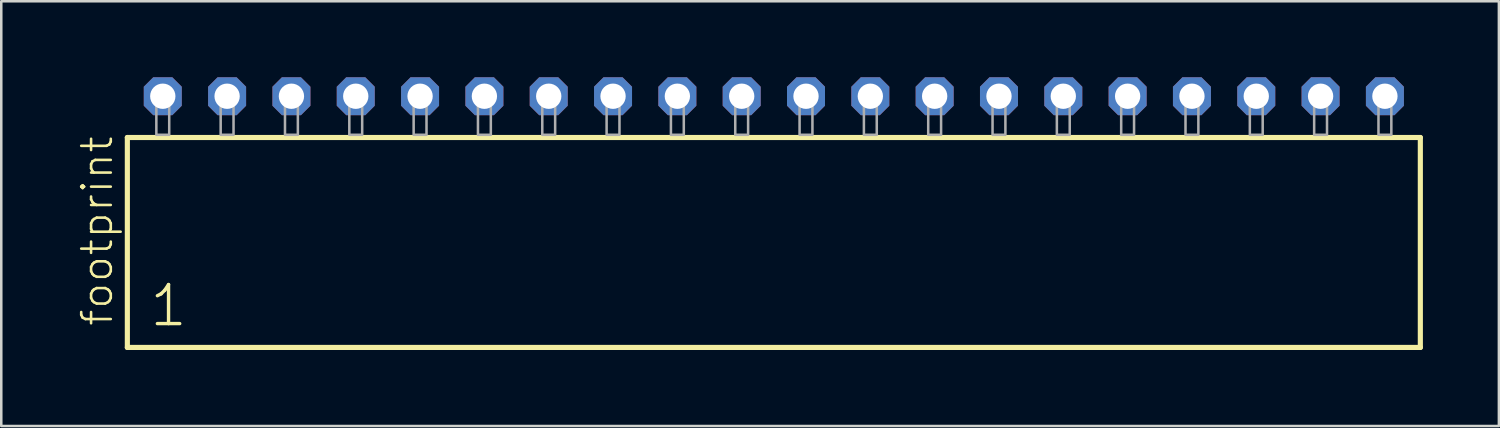
<source format=kicad_pcb>
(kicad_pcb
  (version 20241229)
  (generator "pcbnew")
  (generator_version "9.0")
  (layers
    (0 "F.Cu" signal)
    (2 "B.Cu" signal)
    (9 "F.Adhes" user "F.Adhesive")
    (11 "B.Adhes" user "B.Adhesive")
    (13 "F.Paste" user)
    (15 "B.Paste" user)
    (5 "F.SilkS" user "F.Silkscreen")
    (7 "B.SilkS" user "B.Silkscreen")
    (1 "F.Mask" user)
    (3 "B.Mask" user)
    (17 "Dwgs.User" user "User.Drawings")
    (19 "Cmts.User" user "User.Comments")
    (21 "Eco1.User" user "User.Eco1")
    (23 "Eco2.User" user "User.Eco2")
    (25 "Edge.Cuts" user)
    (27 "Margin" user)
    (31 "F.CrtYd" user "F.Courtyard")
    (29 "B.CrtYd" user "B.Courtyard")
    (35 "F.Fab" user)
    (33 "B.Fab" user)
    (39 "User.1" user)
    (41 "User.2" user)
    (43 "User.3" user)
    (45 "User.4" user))
  (footprint "footprint"
    (layer "F.Cu")
    (at 27.508 2.274)
    (property "Reference" "footprint" (at -26.035 7.62 90) (layer "F.SilkS") (effects (font (size 1.168 1.168) (thickness 0.102)) (justify left bottom)))
    (fp_line (start -25.529 0.106) (end -25.529 8.396) (stroke (width 0.203) (type solid)) (layer "F.SilkS"))
    (fp_line (start -25.529 8.396) (end 25.529 8.396) (stroke (width 0.203) (type solid)) (layer "F.SilkS"))
    (fp_line (start 25.529 0.106) (end -25.529 0.106) (stroke (width 0.203) (type solid)) (layer "F.SilkS"))
    (fp_line (start 25.529 8.396) (end 25.529 0.106) (stroke (width 0.203) (type solid)) (layer "F.SilkS"))
    (fp_poly (pts (xy -24.384 0) (xy -23.876 0) (xy -23.876 -1.778) (xy -24.384 -1.778)) (stroke (width 0.1) (type solid)) (fill no) (layer "F.Fab"))
    (fp_poly (pts (xy -21.844 0) (xy -21.336 0) (xy -21.336 -1.778) (xy -21.844 -1.778)) (stroke (width 0.1) (type solid)) (fill no) (layer "F.Fab"))
    (fp_poly (pts (xy -19.304 0) (xy -18.796 0) (xy -18.796 -1.778) (xy -19.304 -1.778)) (stroke (width 0.1) (type solid)) (fill no) (layer "F.Fab"))
    (fp_poly (pts (xy -16.764 0) (xy -16.256 0) (xy -16.256 -1.778) (xy -16.764 -1.778)) (stroke (width 0.1) (type solid)) (fill no) (layer "F.Fab"))
    (fp_poly (pts (xy -14.224 0) (xy -13.716 0) (xy -13.716 -1.778) (xy -14.224 -1.778)) (stroke (width 0.1) (type solid)) (fill no) (layer "F.Fab"))
    (fp_poly (pts (xy -11.684 0) (xy -11.176 0) (xy -11.176 -1.778) (xy -11.684 -1.778)) (stroke (width 0.1) (type solid)) (fill no) (layer "F.Fab"))
    (fp_poly (pts (xy -9.144 0) (xy -8.636 0) (xy -8.636 -1.778) (xy -9.144 -1.778)) (stroke (width 0.1) (type solid)) (fill no) (layer "F.Fab"))
    (fp_poly (pts (xy -6.604 0) (xy -6.096 0) (xy -6.096 -1.778) (xy -6.604 -1.778)) (stroke (width 0.1) (type solid)) (fill no) (layer "F.Fab"))
    (fp_poly (pts (xy -4.064 0) (xy -3.556 0) (xy -3.556 -1.778) (xy -4.064 -1.778)) (stroke (width 0.1) (type solid)) (fill no) (layer "F.Fab"))
    (fp_poly (pts (xy -1.524 0) (xy -1.016 0) (xy -1.016 -1.778) (xy -1.524 -1.778)) (stroke (width 0.1) (type solid)) (fill no) (layer "F.Fab"))
    (fp_poly (pts (xy 1.016 0) (xy 1.524 0) (xy 1.524 -1.778) (xy 1.016 -1.778)) (stroke (width 0.1) (type solid)) (fill no) (layer "F.Fab"))
    (fp_poly (pts (xy 3.556 0) (xy 4.064 0) (xy 4.064 -1.778) (xy 3.556 -1.778)) (stroke (width 0.1) (type solid)) (fill no) (layer "F.Fab"))
    (fp_poly (pts (xy 6.096 0) (xy 6.604 0) (xy 6.604 -1.778) (xy 6.096 -1.778)) (stroke (width 0.1) (type solid)) (fill no) (layer "F.Fab"))
    (fp_poly (pts (xy 8.636 0) (xy 9.144 0) (xy 9.144 -1.778) (xy 8.636 -1.778)) (stroke (width 0.1) (type solid)) (fill no) (layer "F.Fab"))
    (fp_poly (pts (xy 11.176 0) (xy 11.684 0) (xy 11.684 -1.778) (xy 11.176 -1.778)) (stroke (width 0.1) (type solid)) (fill no) (layer "F.Fab"))
    (fp_poly (pts (xy 13.716 0) (xy 14.224 0) (xy 14.224 -1.778) (xy 13.716 -1.778)) (stroke (width 0.1) (type solid)) (fill no) (layer "F.Fab"))
    (fp_poly (pts (xy 16.256 0) (xy 16.764 0) (xy 16.764 -1.778) (xy 16.256 -1.778)) (stroke (width 0.1) (type solid)) (fill no) (layer "F.Fab"))
    (fp_poly (pts (xy 18.796 0) (xy 19.304 0) (xy 19.304 -1.778) (xy 18.796 -1.778)) (stroke (width 0.1) (type solid)) (fill no) (layer "F.Fab"))
    (fp_poly (pts (xy 21.336 0) (xy 21.844 0) (xy 21.844 -1.778) (xy 21.336 -1.778)) (stroke (width 0.1) (type solid)) (fill no) (layer "F.Fab"))
    (fp_poly (pts (xy 23.876 0) (xy 24.384 0) (xy 24.384 -1.778) (xy 23.876 -1.778)) (stroke (width 0.1) (type solid)) (fill no) (layer "F.Fab"))
    (fp_text user "1" (at -24.725 7.65 0) (layer "F.SilkS") (effects (font (size 1.542 1.542) (thickness 0.134)) (justify left bottom)))
    (pad "1" thru_hole roundrect (at -24.13 -1.524) (size 1.5 1.5) (drill 1) (layers "*.Cu" "*.Mask") (roundrect_rratio 0.25) (chamfer_ratio 0.25) (chamfer top_left top_right bottom_left bottom_right))
    (pad "2" thru_hole roundrect (at -21.59 -1.524) (size 1.5 1.5) (drill 1) (layers "*.Cu" "*.Mask") (roundrect_rratio 0.25) (chamfer_ratio 0.25) (chamfer top_left top_right bottom_left bottom_right))
    (pad "3" thru_hole roundrect (at -19.05 -1.524) (size 1.5 1.5) (drill 1) (layers "*.Cu" "*.Mask") (roundrect_rratio 0.25) (chamfer_ratio 0.25) (chamfer top_left top_right bottom_left bottom_right))
    (pad "4" thru_hole roundrect (at -16.51 -1.524) (size 1.5 1.5) (drill 1) (layers "*.Cu" "*.Mask") (roundrect_rratio 0.25) (chamfer_ratio 0.25) (chamfer top_left top_right bottom_left bottom_right))
    (pad "5" thru_hole roundrect (at -13.97 -1.524) (size 1.5 1.5) (drill 1) (layers "*.Cu" "*.Mask") (roundrect_rratio 0.25) (chamfer_ratio 0.25) (chamfer top_left top_right bottom_left bottom_right))
    (pad "6" thru_hole roundrect (at -11.43 -1.524) (size 1.5 1.5) (drill 1) (layers "*.Cu" "*.Mask") (roundrect_rratio 0.25) (chamfer_ratio 0.25) (chamfer top_left top_right bottom_left bottom_right))
    (pad "7" thru_hole roundrect (at -8.89 -1.524) (size 1.5 1.5) (drill 1) (layers "*.Cu" "*.Mask") (roundrect_rratio 0.25) (chamfer_ratio 0.25) (chamfer top_left top_right bottom_left bottom_right))
    (pad "8" thru_hole roundrect (at -6.35 -1.524) (size 1.5 1.5) (drill 1) (layers "*.Cu" "*.Mask") (roundrect_rratio 0.25) (chamfer_ratio 0.25) (chamfer top_left top_right bottom_left bottom_right))
    (pad "9" thru_hole roundrect (at -3.81 -1.524) (size 1.5 1.5) (drill 1) (layers "*.Cu" "*.Mask") (roundrect_rratio 0.25) (chamfer_ratio 0.25) (chamfer top_left top_right bottom_left bottom_right))
    (pad "10" thru_hole roundrect (at -1.27 -1.524) (size 1.5 1.5) (drill 1) (layers "*.Cu" "*.Mask") (roundrect_rratio 0.25) (chamfer_ratio 0.25) (chamfer top_left top_right bottom_left bottom_right))
    (pad "11" thru_hole roundrect (at 1.27 -1.524) (size 1.5 1.5) (drill 1) (layers "*.Cu" "*.Mask") (roundrect_rratio 0.25) (chamfer_ratio 0.25) (chamfer top_left top_right bottom_left bottom_right))
    (pad "12" thru_hole roundrect (at 3.81 -1.524) (size 1.5 1.5) (drill 1) (layers "*.Cu" "*.Mask") (roundrect_rratio 0.25) (chamfer_ratio 0.25) (chamfer top_left top_right bottom_left bottom_right))
    (pad "13" thru_hole roundrect (at 6.35 -1.524) (size 1.5 1.5) (drill 1) (layers "*.Cu" "*.Mask") (roundrect_rratio 0.25) (chamfer_ratio 0.25) (chamfer top_left top_right bottom_left bottom_right))
    (pad "14" thru_hole roundrect (at 8.89 -1.524) (size 1.5 1.5) (drill 1) (layers "*.Cu" "*.Mask") (roundrect_rratio 0.25) (chamfer_ratio 0.25) (chamfer top_left top_right bottom_left bottom_right))
    (pad "15" thru_hole roundrect (at 11.43 -1.524) (size 1.5 1.5) (drill 1) (layers "*.Cu" "*.Mask") (roundrect_rratio 0.25) (chamfer_ratio 0.25) (chamfer top_left top_right bottom_left bottom_right))
    (pad "16" thru_hole roundrect (at 13.97 -1.524) (size 1.5 1.5) (drill 1) (layers "*.Cu" "*.Mask") (roundrect_rratio 0.25) (chamfer_ratio 0.25) (chamfer top_left top_right bottom_left bottom_right))
    (pad "17" thru_hole roundrect (at 16.51 -1.524) (size 1.5 1.5) (drill 1) (layers "*.Cu" "*.Mask") (roundrect_rratio 0.25) (chamfer_ratio 0.25) (chamfer top_left top_right bottom_left bottom_right))
    (pad "18" thru_hole roundrect (at 19.05 -1.524) (size 1.5 1.5) (drill 1) (layers "*.Cu" "*.Mask") (roundrect_rratio 0.25) (chamfer_ratio 0.25) (chamfer top_left top_right bottom_left bottom_right))
    (pad "19" thru_hole roundrect (at 21.59 -1.524) (size 1.5 1.5) (drill 1) (layers "*.Cu" "*.Mask") (roundrect_rratio 0.25) (chamfer_ratio 0.25) (chamfer top_left top_right bottom_left bottom_right))
    (pad "20" thru_hole roundrect (at 24.13 -1.524) (size 1.5 1.5) (drill 1) (layers "*.Cu" "*.Mask") (roundrect_rratio 0.25) (chamfer_ratio 0.25) (chamfer top_left top_right bottom_left bottom_right)))
  (gr_rect
    (start -3 -3)
    (end 56.139 13.772)
    (stroke (width 0.1) (type default))
    (fill no)
    (layer "Edge.Cuts")))
</source>
